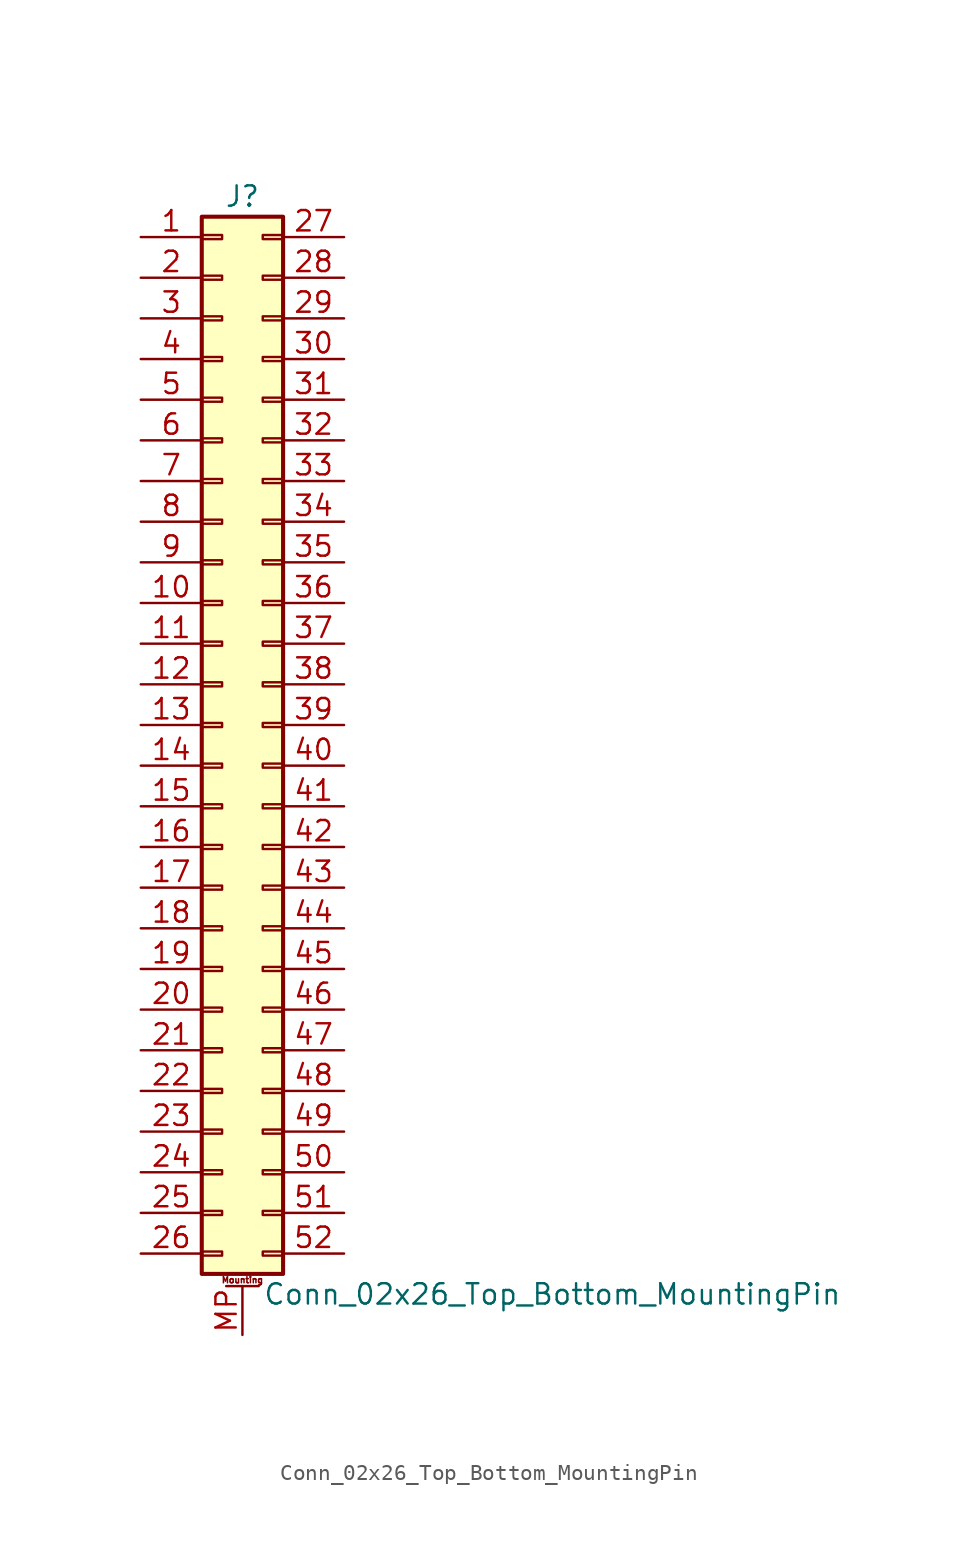
<source format=kicad_sym>
(kicad_symbol_lib
  (version 20211014)
  (generator kicad_symbol_editor)
  (symbol "Conn_02x26_Top_Bottom_MountingPin"
    (pin_names
      (offset 1.016) hide)
    (property "Reference" "J"
      (at 1.27 33.02 0)
      (effects (font (size 1.27 1.27))))
    (property "Value" "Conn_02x26_Top_Bottom_MountingPin"
      (at 2.54 -35.56 0)
      (effects (font (size 1.27 1.27)) (justify left)))
    (symbol "Conn_02x26_Top_Bottom_MountingPin_1_1"
      (rectangle (start -1.27 -32.893) (end 0 -33.147) (stroke (width 0.152) (type default) (color 0 0 0 0)) (fill (type none)))
      (rectangle (start -1.27 -30.353) (end 0 -30.607) (stroke (width 0.152) (type default) (color 0 0 0 0)) (fill (type none)))
      (rectangle (start -1.27 -27.813) (end 0 -28.067) (stroke (width 0.152) (type default) (color 0 0 0 0)) (fill (type none)))
      (rectangle (start -1.27 -25.273) (end 0 -25.527) (stroke (width 0.152) (type default) (color 0 0 0 0)) (fill (type none)))
      (rectangle (start -1.27 -22.733) (end 0 -22.987) (stroke (width 0.152) (type default) (color 0 0 0 0)) (fill (type none)))
      (rectangle (start -1.27 -20.193) (end 0 -20.447) (stroke (width 0.152) (type default) (color 0 0 0 0)) (fill (type none)))
      (rectangle (start -1.27 -17.653) (end 0 -17.907) (stroke (width 0.152) (type default) (color 0 0 0 0)) (fill (type none)))
      (rectangle (start -1.27 -15.113) (end 0 -15.367) (stroke (width 0.152) (type default) (color 0 0 0 0)) (fill (type none)))
      (rectangle (start -1.27 -12.573) (end 0 -12.827) (stroke (width 0.152) (type default) (color 0 0 0 0)) (fill (type none)))
      (rectangle (start -1.27 -10.033) (end 0 -10.287) (stroke (width 0.152) (type default) (color 0 0 0 0)) (fill (type none)))
      (rectangle (start -1.27 -7.493) (end 0 -7.747) (stroke (width 0.152) (type default) (color 0 0 0 0)) (fill (type none)))
      (rectangle (start -1.27 -4.953) (end 0 -5.207) (stroke (width 0.152) (type default) (color 0 0 0 0)) (fill (type none)))
      (rectangle (start -1.27 -2.413) (end 0 -2.667) (stroke (width 0.152) (type default) (color 0 0 0 0)) (fill (type none)))
      (rectangle (start -1.27 0.127) (end 0 -0.127) (stroke (width 0.152) (type default) (color 0 0 0 0)) (fill (type none)))
      (rectangle (start -1.27 2.667) (end 0 2.413) (stroke (width 0.152) (type default) (color 0 0 0 0)) (fill (type none)))
      (rectangle (start -1.27 5.207) (end 0 4.953) (stroke (width 0.152) (type default) (color 0 0 0 0)) (fill (type none)))
      (rectangle (start -1.27 7.747) (end 0 7.493) (stroke (width 0.152) (type default) (color 0 0 0 0)) (fill (type none)))
      (rectangle (start -1.27 10.287) (end 0 10.033) (stroke (width 0.152) (type default) (color 0 0 0 0)) (fill (type none)))
      (rectangle (start -1.27 12.827) (end 0 12.573) (stroke (width 0.152) (type default) (color 0 0 0 0)) (fill (type none)))
      (rectangle (start -1.27 15.367) (end 0 15.113) (stroke (width 0.152) (type default) (color 0 0 0 0)) (fill (type none)))
      (rectangle (start -1.27 17.907) (end 0 17.653) (stroke (width 0.152) (type default) (color 0 0 0 0)) (fill (type none)))
      (rectangle (start -1.27 20.447) (end 0 20.193) (stroke (width 0.152) (type default) (color 0 0 0 0)) (fill (type none)))
      (rectangle (start -1.27 22.987) (end 0 22.733) (stroke (width 0.152) (type default) (color 0 0 0 0)) (fill (type none)))
      (rectangle (start -1.27 25.527) (end 0 25.273) (stroke (width 0.152) (type default) (color 0 0 0 0)) (fill (type none)))
      (rectangle (start -1.27 28.067) (end 0 27.813) (stroke (width 0.152) (type default) (color 0 0 0 0)) (fill (type none)))
      (rectangle (start -1.27 30.607) (end 0 30.353) (stroke (width 0.152) (type default) (color 0 0 0 0)) (fill (type none)))
      (rectangle (start -1.27 31.75) (end 3.81 -34.29) (stroke (width 0.254) (type default) (color 0 0 0 0)) (fill (type background)))
      (polyline (pts (xy 0.254 -35.052) (xy 2.286 -35.052)) (stroke (width 0.152) (type default) (color 0 0 0 0)) (fill (type none)))
      (rectangle (start 3.81 -32.893) (end 2.54 -33.147) (stroke (width 0.152) (type default) (color 0 0 0 0)) (fill (type none)))
      (rectangle (start 3.81 -30.353) (end 2.54 -30.607) (stroke (width 0.152) (type default) (color 0 0 0 0)) (fill (type none)))
      (rectangle (start 3.81 -27.813) (end 2.54 -28.067) (stroke (width 0.152) (type default) (color 0 0 0 0)) (fill (type none)))
      (rectangle (start 3.81 -25.273) (end 2.54 -25.527) (stroke (width 0.152) (type default) (color 0 0 0 0)) (fill (type none)))
      (rectangle (start 3.81 -22.733) (end 2.54 -22.987) (stroke (width 0.152) (type default) (color 0 0 0 0)) (fill (type none)))
      (rectangle (start 3.81 -20.193) (end 2.54 -20.447) (stroke (width 0.152) (type default) (color 0 0 0 0)) (fill (type none)))
      (rectangle (start 3.81 -17.653) (end 2.54 -17.907) (stroke (width 0.152) (type default) (color 0 0 0 0)) (fill (type none)))
      (rectangle (start 3.81 -15.113) (end 2.54 -15.367) (stroke (width 0.152) (type default) (color 0 0 0 0)) (fill (type none)))
      (rectangle (start 3.81 -12.573) (end 2.54 -12.827) (stroke (width 0.152) (type default) (color 0 0 0 0)) (fill (type none)))
      (rectangle (start 3.81 -10.033) (end 2.54 -10.287) (stroke (width 0.152) (type default) (color 0 0 0 0)) (fill (type none)))
      (rectangle (start 3.81 -7.493) (end 2.54 -7.747) (stroke (width 0.152) (type default) (color 0 0 0 0)) (fill (type none)))
      (rectangle (start 3.81 -4.953) (end 2.54 -5.207) (stroke (width 0.152) (type default) (color 0 0 0 0)) (fill (type none)))
      (rectangle (start 3.81 -2.413) (end 2.54 -2.667) (stroke (width 0.152) (type default) (color 0 0 0 0)) (fill (type none)))
      (rectangle (start 3.81 0.127) (end 2.54 -0.127) (stroke (width 0.152) (type default) (color 0 0 0 0)) (fill (type none)))
      (rectangle (start 3.81 2.667) (end 2.54 2.413) (stroke (width 0.152) (type default) (color 0 0 0 0)) (fill (type none)))
      (rectangle (start 3.81 5.207) (end 2.54 4.953) (stroke (width 0.152) (type default) (color 0 0 0 0)) (fill (type none)))
      (rectangle (start 3.81 7.747) (end 2.54 7.493) (stroke (width 0.152) (type default) (color 0 0 0 0)) (fill (type none)))
      (rectangle (start 3.81 10.287) (end 2.54 10.033) (stroke (width 0.152) (type default) (color 0 0 0 0)) (fill (type none)))
      (rectangle (start 3.81 12.827) (end 2.54 12.573) (stroke (width 0.152) (type default) (color 0 0 0 0)) (fill (type none)))
      (rectangle (start 3.81 15.367) (end 2.54 15.113) (stroke (width 0.152) (type default) (color 0 0 0 0)) (fill (type none)))
      (rectangle (start 3.81 17.907) (end 2.54 17.653) (stroke (width 0.152) (type default) (color 0 0 0 0)) (fill (type none)))
      (rectangle (start 3.81 20.447) (end 2.54 20.193) (stroke (width 0.152) (type default) (color 0 0 0 0)) (fill (type none)))
      (rectangle (start 3.81 22.987) (end 2.54 22.733) (stroke (width 0.152) (type default) (color 0 0 0 0)) (fill (type none)))
      (rectangle (start 3.81 25.527) (end 2.54 25.273) (stroke (width 0.152) (type default) (color 0 0 0 0)) (fill (type none)))
      (rectangle (start 3.81 28.067) (end 2.54 27.813) (stroke (width 0.152) (type default) (color 0 0 0 0)) (fill (type none)))
      (rectangle (start 3.81 30.607) (end 2.54 30.353) (stroke (width 0.152) (type default) (color 0 0 0 0)) (fill (type none)))
      (text "Mounting" (at 1.27 -34.671 0) (effects (font (size 0.381 0.381))))
      (pin passive line (at -5.08 30.48 0) (length 3.81) (name "Pin_1" (effects (font (size 1.27 1.27)))) (number "1" (effects (font (size 1.27 1.27)))))
      (pin passive line (at -5.08 7.62 0) (length 3.81) (name "Pin_10" (effects (font (size 1.27 1.27)))) (number "10" (effects (font (size 1.27 1.27)))))
      (pin passive line (at -5.08 5.08 0) (length 3.81) (name "Pin_11" (effects (font (size 1.27 1.27)))) (number "11" (effects (font (size 1.27 1.27)))))
      (pin passive line (at -5.08 2.54 0) (length 3.81) (name "Pin_12" (effects (font (size 1.27 1.27)))) (number "12" (effects (font (size 1.27 1.27)))))
      (pin passive line (at -5.08 0 0) (length 3.81) (name "Pin_13" (effects (font (size 1.27 1.27)))) (number "13" (effects (font (size 1.27 1.27)))))
      (pin passive line (at -5.08 -2.54 0) (length 3.81) (name "Pin_14" (effects (font (size 1.27 1.27)))) (number "14" (effects (font (size 1.27 1.27)))))
      (pin passive line (at -5.08 -5.08 0) (length 3.81) (name "Pin_15" (effects (font (size 1.27 1.27)))) (number "15" (effects (font (size 1.27 1.27)))))
      (pin passive line (at -5.08 -7.62 0) (length 3.81) (name "Pin_16" (effects (font (size 1.27 1.27)))) (number "16" (effects (font (size 1.27 1.27)))))
      (pin passive line (at -5.08 -10.16 0) (length 3.81) (name "Pin_17" (effects (font (size 1.27 1.27)))) (number "17" (effects (font (size 1.27 1.27)))))
      (pin passive line (at -5.08 -12.7 0) (length 3.81) (name "Pin_18" (effects (font (size 1.27 1.27)))) (number "18" (effects (font (size 1.27 1.27)))))
      (pin passive line (at -5.08 -15.24 0) (length 3.81) (name "Pin_19" (effects (font (size 1.27 1.27)))) (number "19" (effects (font (size 1.27 1.27)))))
      (pin passive line (at -5.08 27.94 0) (length 3.81) (name "Pin_2" (effects (font (size 1.27 1.27)))) (number "2" (effects (font (size 1.27 1.27)))))
      (pin passive line (at -5.08 -17.78 0) (length 3.81) (name "Pin_20" (effects (font (size 1.27 1.27)))) (number "20" (effects (font (size 1.27 1.27)))))
      (pin passive line (at -5.08 -20.32 0) (length 3.81) (name "Pin_21" (effects (font (size 1.27 1.27)))) (number "21" (effects (font (size 1.27 1.27)))))
      (pin passive line (at -5.08 -22.86 0) (length 3.81) (name "Pin_22" (effects (font (size 1.27 1.27)))) (number "22" (effects (font (size 1.27 1.27)))))
      (pin passive line (at -5.08 -25.4 0) (length 3.81) (name "Pin_23" (effects (font (size 1.27 1.27)))) (number "23" (effects (font (size 1.27 1.27)))))
      (pin passive line (at -5.08 -27.94 0) (length 3.81) (name "Pin_24" (effects (font (size 1.27 1.27)))) (number "24" (effects (font (size 1.27 1.27)))))
      (pin passive line (at -5.08 -30.48 0) (length 3.81) (name "Pin_25" (effects (font (size 1.27 1.27)))) (number "25" (effects (font (size 1.27 1.27)))))
      (pin passive line (at -5.08 -33.02 0) (length 3.81) (name "Pin_26" (effects (font (size 1.27 1.27)))) (number "26" (effects (font (size 1.27 1.27)))))
      (pin passive line (at 7.62 30.48 180) (length 3.81) (name "Pin_27" (effects (font (size 1.27 1.27)))) (number "27" (effects (font (size 1.27 1.27)))))
      (pin passive line (at 7.62 27.94 180) (length 3.81) (name "Pin_28" (effects (font (size 1.27 1.27)))) (number "28" (effects (font (size 1.27 1.27)))))
      (pin passive line (at 7.62 25.4 180) (length 3.81) (name "Pin_29" (effects (font (size 1.27 1.27)))) (number "29" (effects (font (size 1.27 1.27)))))
      (pin passive line (at -5.08 25.4 0) (length 3.81) (name "Pin_3" (effects (font (size 1.27 1.27)))) (number "3" (effects (font (size 1.27 1.27)))))
      (pin passive line (at 7.62 22.86 180) (length 3.81) (name "Pin_30" (effects (font (size 1.27 1.27)))) (number "30" (effects (font (size 1.27 1.27)))))
      (pin passive line (at 7.62 20.32 180) (length 3.81) (name "Pin_31" (effects (font (size 1.27 1.27)))) (number "31" (effects (font (size 1.27 1.27)))))
      (pin passive line (at 7.62 17.78 180) (length 3.81) (name "Pin_32" (effects (font (size 1.27 1.27)))) (number "32" (effects (font (size 1.27 1.27)))))
      (pin passive line (at 7.62 15.24 180) (length 3.81) (name "Pin_33" (effects (font (size 1.27 1.27)))) (number "33" (effects (font (size 1.27 1.27)))))
      (pin passive line (at 7.62 12.7 180) (length 3.81) (name "Pin_34" (effects (font (size 1.27 1.27)))) (number "34" (effects (font (size 1.27 1.27)))))
      (pin passive line (at 7.62 10.16 180) (length 3.81) (name "Pin_35" (effects (font (size 1.27 1.27)))) (number "35" (effects (font (size 1.27 1.27)))))
      (pin passive line (at 7.62 7.62 180) (length 3.81) (name "Pin_36" (effects (font (size 1.27 1.27)))) (number "36" (effects (font (size 1.27 1.27)))))
      (pin passive line (at 7.62 5.08 180) (length 3.81) (name "Pin_37" (effects (font (size 1.27 1.27)))) (number "37" (effects (font (size 1.27 1.27)))))
      (pin passive line (at 7.62 2.54 180) (length 3.81) (name "Pin_38" (effects (font (size 1.27 1.27)))) (number "38" (effects (font (size 1.27 1.27)))))
      (pin passive line (at 7.62 0 180) (length 3.81) (name "Pin_39" (effects (font (size 1.27 1.27)))) (number "39" (effects (font (size 1.27 1.27)))))
      (pin passive line (at -5.08 22.86 0) (length 3.81) (name "Pin_4" (effects (font (size 1.27 1.27)))) (number "4" (effects (font (size 1.27 1.27)))))
      (pin passive line (at 7.62 -2.54 180) (length 3.81) (name "Pin_40" (effects (font (size 1.27 1.27)))) (number "40" (effects (font (size 1.27 1.27)))))
      (pin passive line (at 7.62 -5.08 180) (length 3.81) (name "Pin_41" (effects (font (size 1.27 1.27)))) (number "41" (effects (font (size 1.27 1.27)))))
      (pin passive line (at 7.62 -7.62 180) (length 3.81) (name "Pin_42" (effects (font (size 1.27 1.27)))) (number "42" (effects (font (size 1.27 1.27)))))
      (pin passive line (at 7.62 -10.16 180) (length 3.81) (name "Pin_43" (effects (font (size 1.27 1.27)))) (number "43" (effects (font (size 1.27 1.27)))))
      (pin passive line (at 7.62 -12.7 180) (length 3.81) (name "Pin_44" (effects (font (size 1.27 1.27)))) (number "44" (effects (font (size 1.27 1.27)))))
      (pin passive line (at 7.62 -15.24 180) (length 3.81) (name "Pin_45" (effects (font (size 1.27 1.27)))) (number "45" (effects (font (size 1.27 1.27)))))
      (pin passive line (at 7.62 -17.78 180) (length 3.81) (name "Pin_46" (effects (font (size 1.27 1.27)))) (number "46" (effects (font (size 1.27 1.27)))))
      (pin passive line (at 7.62 -20.32 180) (length 3.81) (name "Pin_47" (effects (font (size 1.27 1.27)))) (number "47" (effects (font (size 1.27 1.27)))))
      (pin passive line (at 7.62 -22.86 180) (length 3.81) (name "Pin_48" (effects (font (size 1.27 1.27)))) (number "48" (effects (font (size 1.27 1.27)))))
      (pin passive line (at 7.62 -25.4 180) (length 3.81) (name "Pin_49" (effects (font (size 1.27 1.27)))) (number "49" (effects (font (size 1.27 1.27)))))
      (pin passive line (at -5.08 20.32 0) (length 3.81) (name "Pin_5" (effects (font (size 1.27 1.27)))) (number "5" (effects (font (size 1.27 1.27)))))
      (pin passive line (at 7.62 -27.94 180) (length 3.81) (name "Pin_50" (effects (font (size 1.27 1.27)))) (number "50" (effects (font (size 1.27 1.27)))))
      (pin passive line (at 7.62 -30.48 180) (length 3.81) (name "Pin_51" (effects (font (size 1.27 1.27)))) (number "51" (effects (font (size 1.27 1.27)))))
      (pin passive line (at 7.62 -33.02 180) (length 3.81) (name "Pin_52" (effects (font (size 1.27 1.27)))) (number "52" (effects (font (size 1.27 1.27)))))
      (pin passive line (at -5.08 17.78 0) (length 3.81) (name "Pin_6" (effects (font (size 1.27 1.27)))) (number "6" (effects (font (size 1.27 1.27)))))
      (pin passive line (at -5.08 15.24 0) (length 3.81) (name "Pin_7" (effects (font (size 1.27 1.27)))) (number "7" (effects (font (size 1.27 1.27)))))
      (pin passive line (at -5.08 12.7 0) (length 3.81) (name "Pin_8" (effects (font (size 1.27 1.27)))) (number "8" (effects (font (size 1.27 1.27)))))
      (pin passive line (at -5.08 10.16 0) (length 3.81) (name "Pin_9" (effects (font (size 1.27 1.27)))) (number "9" (effects (font (size 1.27 1.27)))))
      (pin passive line (at 1.27 -38.1 90) (length 3.048) (name "MountPin" (effects (font (size 1.27 1.27)))) (number "MP" (effects (font (size 1.27 1.27))))))))
</source>
